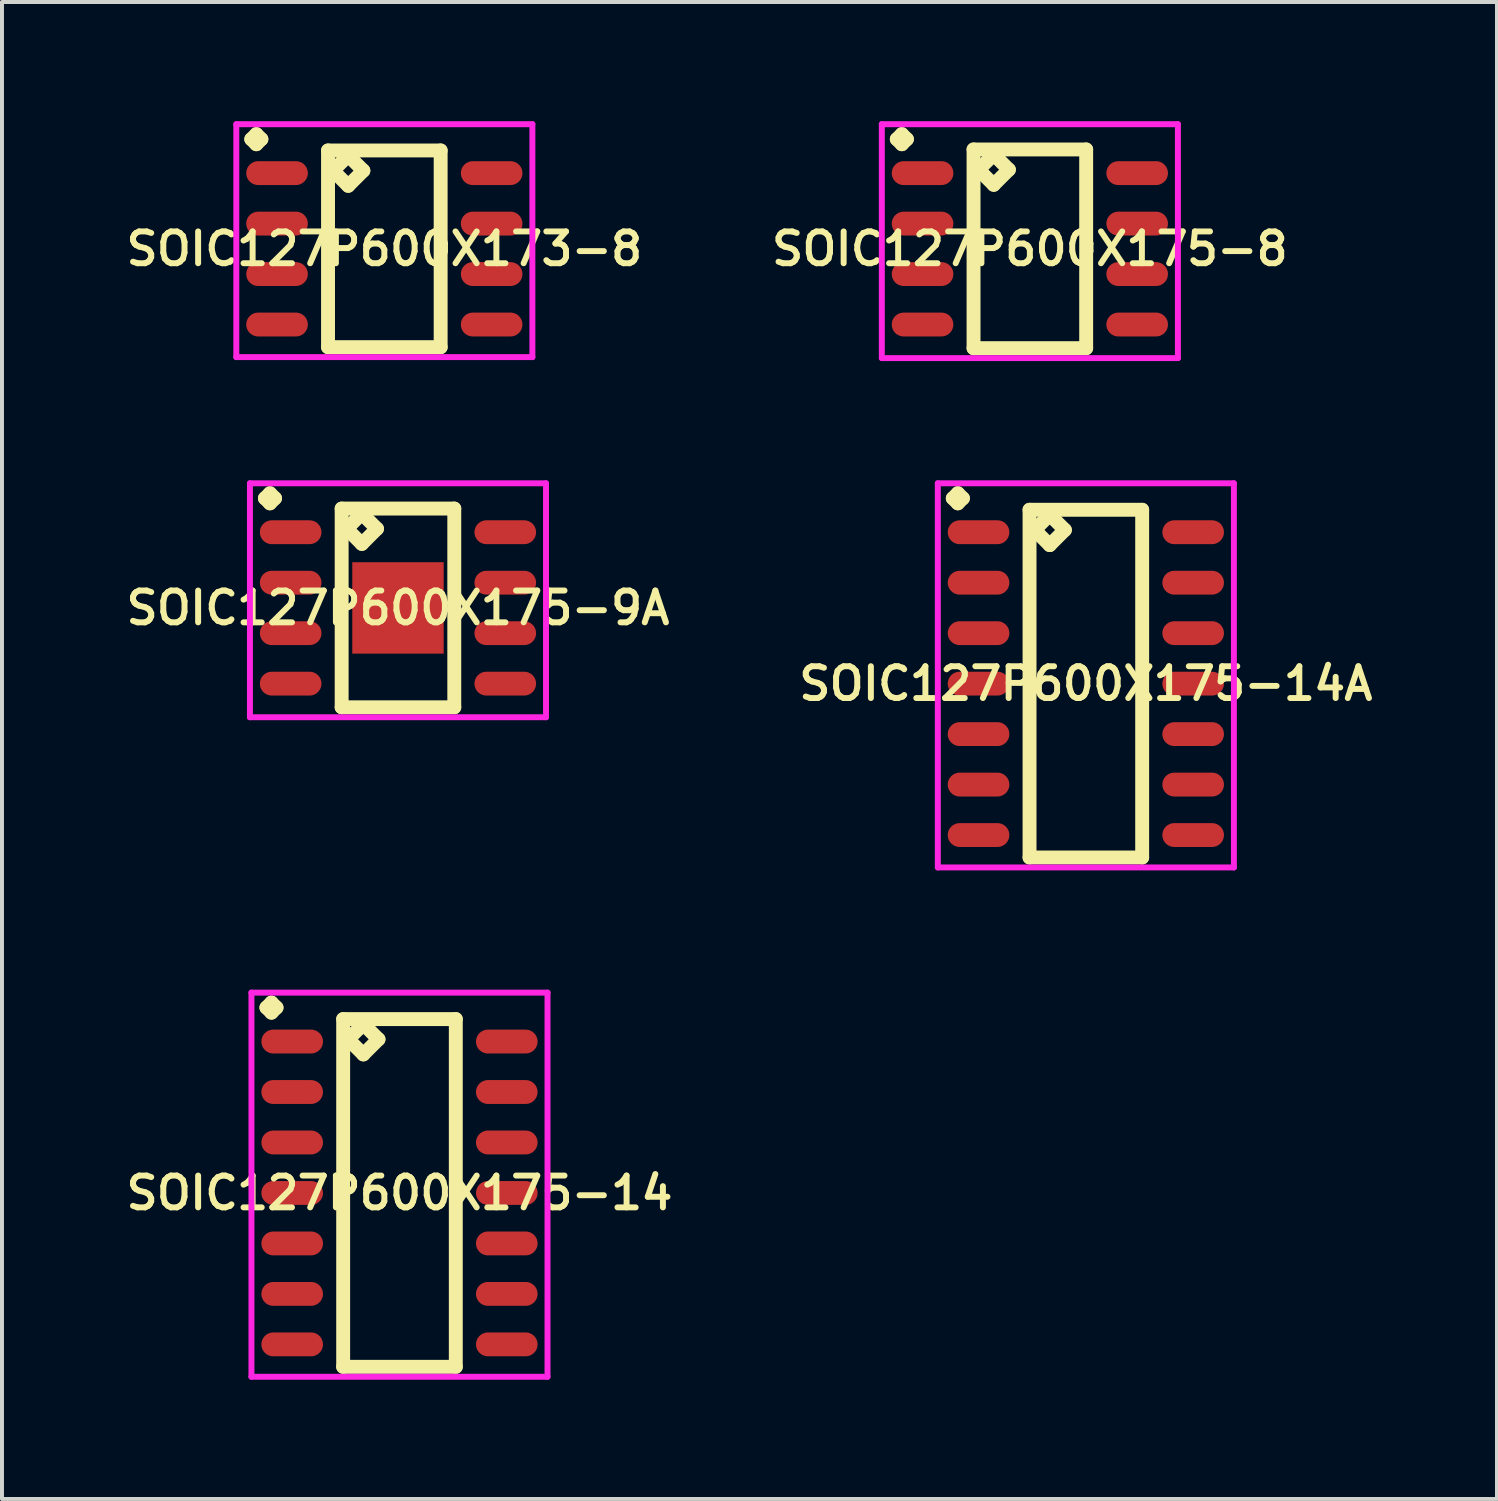
<source format=kicad_pcb>
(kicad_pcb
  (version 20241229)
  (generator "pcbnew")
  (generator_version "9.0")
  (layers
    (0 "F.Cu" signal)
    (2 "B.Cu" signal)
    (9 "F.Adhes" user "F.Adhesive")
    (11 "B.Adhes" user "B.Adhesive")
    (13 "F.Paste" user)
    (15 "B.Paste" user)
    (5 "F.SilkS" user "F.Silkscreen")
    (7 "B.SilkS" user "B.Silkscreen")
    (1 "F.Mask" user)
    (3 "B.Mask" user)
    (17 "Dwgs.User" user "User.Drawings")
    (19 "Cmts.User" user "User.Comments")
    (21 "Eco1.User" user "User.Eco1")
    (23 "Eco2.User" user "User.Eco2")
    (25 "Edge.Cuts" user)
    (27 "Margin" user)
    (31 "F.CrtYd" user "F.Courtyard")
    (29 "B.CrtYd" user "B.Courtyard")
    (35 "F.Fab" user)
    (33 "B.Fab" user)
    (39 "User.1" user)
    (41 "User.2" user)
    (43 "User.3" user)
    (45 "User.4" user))
  (footprint "SOIC127P600X175-14"
    (layer "F.Cu")
    (at 7.002 26.968)
    (property "Reference" "SOIC127P600X175-14" (at 0 0 0) (layer "F.SilkS") (effects (font (size 0.8 0.8) (thickness 0.15))))
    (attr smd)
    (fp_line (start -3.348 -4.664) (end -3.221 -4.791) (stroke (width 0.35) (type solid)) (layer "F.SilkS"))
    (fp_line (start -3.221 -4.791) (end -3.094 -4.664) (stroke (width 0.35) (type solid)) (layer "F.SilkS"))
    (fp_line (start -3.221 -4.537) (end -3.348 -4.664) (stroke (width 0.35) (type solid)) (layer "F.SilkS"))
    (fp_line (start -3.094 -4.664) (end -3.221 -4.537) (stroke (width 0.35) (type solid)) (layer "F.SilkS"))
    (fp_line (start -1.417 -4.375) (end -1.417 4.375) (stroke (width 0.35) (type solid)) (layer "F.SilkS"))
    (fp_line (start -1.417 4.375) (end 1.417 4.375) (stroke (width 0.35) (type solid)) (layer "F.SilkS"))
    (fp_line (start -1.29 -3.867) (end -0.909 -4.248) (stroke (width 0.35) (type solid)) (layer "F.SilkS"))
    (fp_line (start -0.909 -4.248) (end -0.528 -3.867) (stroke (width 0.35) (type solid)) (layer "F.SilkS"))
    (fp_line (start -0.909 -3.486) (end -1.29 -3.867) (stroke (width 0.35) (type solid)) (layer "F.SilkS"))
    (fp_line (start -0.528 -3.867) (end -0.909 -3.486) (stroke (width 0.35) (type solid)) (layer "F.SilkS"))
    (fp_line (start 1.417 -4.375) (end -1.417 -4.375) (stroke (width 0.35) (type solid)) (layer "F.SilkS"))
    (fp_line (start 1.417 4.375) (end 1.417 -4.375) (stroke (width 0.35) (type solid)) (layer "F.SilkS"))
    (fp_line (start -3.725 -5.041) (end 3.725 -5.041) (stroke (width 0.15) (type solid)) (layer "F.CrtYd"))
    (fp_line (start -3.725 4.625) (end -3.725 -5.041) (stroke (width 0.15) (type solid)) (layer "F.CrtYd"))
    (fp_line (start 3.725 -5.041) (end 3.725 4.625) (stroke (width 0.15) (type solid)) (layer "F.CrtYd"))
    (fp_line (start 3.725 4.625) (end -3.725 4.625) (stroke (width 0.15) (type solid)) (layer "F.CrtYd"))
    (pad "1" smd oval (at -2.7 -3.81) (size 1.55 0.6) (layers "F.Cu" "F.Mask" "F.Paste"))
    (pad "2" smd oval (at -2.7 -2.54) (size 1.55 0.6) (layers "F.Cu" "F.Mask" "F.Paste"))
    (pad "3" smd oval (at -2.7 -1.27) (size 1.55 0.6) (layers "F.Cu" "F.Mask" "F.Paste"))
    (pad "4" smd oval (at -2.7 0) (size 1.55 0.6) (layers "F.Cu" "F.Mask" "F.Paste"))
    (pad "5" smd oval (at -2.7 1.27) (size 1.55 0.6) (layers "F.Cu" "F.Mask" "F.Paste"))
    (pad "6" smd oval (at -2.7 2.54) (size 1.55 0.6) (layers "F.Cu" "F.Mask" "F.Paste"))
    (pad "7" smd oval (at -2.7 3.81) (size 1.55 0.6) (layers "F.Cu" "F.Mask" "F.Paste"))
    (pad "8" smd oval (at 2.7 3.81) (size 1.55 0.6) (layers "F.Cu" "F.Mask" "F.Paste"))
    (pad "9" smd oval (at 2.7 2.54) (size 1.55 0.6) (layers "F.Cu" "F.Mask" "F.Paste"))
    (pad "10" smd oval (at 2.7 1.27) (size 1.55 0.6) (layers "F.Cu" "F.Mask" "F.Paste"))
    (pad "11" smd oval (at 2.7 0) (size 1.55 0.6) (layers "F.Cu" "F.Mask" "F.Paste"))
    (pad "12" smd oval (at 2.7 -1.27) (size 1.55 0.6) (layers "F.Cu" "F.Mask" "F.Paste"))
    (pad "13" smd oval (at 2.7 -2.54) (size 1.55 0.6) (layers "F.Cu" "F.Mask" "F.Paste"))
    (pad "14" smd oval (at 2.7 -3.81) (size 1.55 0.6) (layers "F.Cu" "F.Mask" "F.Paste")))
  (footprint "SOIC127P600X175-8"
    (layer "F.Cu")
    (at 22.864 3.211)
    (property "Reference" "SOIC127P600X175-8" (at 0 0 0) (layer "F.SilkS") (effects (font (size 0.8 0.8) (thickness 0.15))))
    (attr smd)
    (fp_line (start -3.348 -2.759) (end -3.221 -2.886) (stroke (width 0.35) (type solid)) (layer "F.SilkS"))
    (fp_line (start -3.221 -2.886) (end -3.094 -2.759) (stroke (width 0.35) (type solid)) (layer "F.SilkS"))
    (fp_line (start -3.221 -2.632) (end -3.348 -2.759) (stroke (width 0.35) (type solid)) (layer "F.SilkS"))
    (fp_line (start -3.094 -2.759) (end -3.221 -2.632) (stroke (width 0.35) (type solid)) (layer "F.SilkS"))
    (fp_line (start -1.417 -2.5) (end -1.417 2.5) (stroke (width 0.35) (type solid)) (layer "F.SilkS"))
    (fp_line (start -1.417 2.5) (end 1.417 2.5) (stroke (width 0.35) (type solid)) (layer "F.SilkS"))
    (fp_line (start -1.29 -1.992) (end -0.909 -2.373) (stroke (width 0.35) (type solid)) (layer "F.SilkS"))
    (fp_line (start -0.909 -2.373) (end -0.528 -1.992) (stroke (width 0.35) (type solid)) (layer "F.SilkS"))
    (fp_line (start -0.909 -1.611) (end -1.29 -1.992) (stroke (width 0.35) (type solid)) (layer "F.SilkS"))
    (fp_line (start -0.528 -1.992) (end -0.909 -1.611) (stroke (width 0.35) (type solid)) (layer "F.SilkS"))
    (fp_line (start 1.417 -2.5) (end -1.417 -2.5) (stroke (width 0.35) (type solid)) (layer "F.SilkS"))
    (fp_line (start 1.417 2.5) (end 1.417 -2.5) (stroke (width 0.35) (type solid)) (layer "F.SilkS"))
    (fp_line (start -3.725 -3.136) (end 3.725 -3.136) (stroke (width 0.15) (type solid)) (layer "F.CrtYd"))
    (fp_line (start -3.725 2.75) (end -3.725 -3.136) (stroke (width 0.15) (type solid)) (layer "F.CrtYd"))
    (fp_line (start 3.725 -3.136) (end 3.725 2.75) (stroke (width 0.15) (type solid)) (layer "F.CrtYd"))
    (fp_line (start 3.725 2.75) (end -3.725 2.75) (stroke (width 0.15) (type solid)) (layer "F.CrtYd"))
    (pad "1" smd oval (at -2.7 -1.905) (size 1.55 0.6) (layers "F.Cu" "F.Mask" "F.Paste"))
    (pad "2" smd oval (at -2.7 -0.635) (size 1.55 0.6) (layers "F.Cu" "F.Mask" "F.Paste"))
    (pad "3" smd oval (at -2.7 0.635) (size 1.55 0.6) (layers "F.Cu" "F.Mask" "F.Paste"))
    (pad "4" smd oval (at -2.7 1.905) (size 1.55 0.6) (layers "F.Cu" "F.Mask" "F.Paste"))
    (pad "5" smd oval (at 2.7 1.905) (size 1.55 0.6) (layers "F.Cu" "F.Mask" "F.Paste"))
    (pad "6" smd oval (at 2.7 0.635) (size 1.55 0.6) (layers "F.Cu" "F.Mask" "F.Paste"))
    (pad "7" smd oval (at 2.7 -0.635) (size 1.55 0.6) (layers "F.Cu" "F.Mask" "F.Paste"))
    (pad "8" smd oval (at 2.7 -1.905) (size 1.55 0.6) (layers "F.Cu" "F.Mask" "F.Paste")))
  (footprint "SOIC127P600X175-9A"
    (layer "F.Cu")
    (at 6.964 12.247)
    (property "Reference" "SOIC127P600X175-9A" (at 0 0 0) (layer "F.SilkS") (effects (font (size 0.8 0.8) (thickness 0.15))))
    (attr smd)
    (fp_line (start -3.348 -2.759) (end -3.221 -2.886) (stroke (width 0.35) (type solid)) (layer "F.SilkS"))
    (fp_line (start -3.221 -2.886) (end -3.094 -2.759) (stroke (width 0.35) (type solid)) (layer "F.SilkS"))
    (fp_line (start -3.221 -2.632) (end -3.348 -2.759) (stroke (width 0.35) (type solid)) (layer "F.SilkS"))
    (fp_line (start -3.094 -2.759) (end -3.221 -2.632) (stroke (width 0.35) (type solid)) (layer "F.SilkS"))
    (fp_line (start -1.417 -2.5) (end -1.417 2.5) (stroke (width 0.35) (type solid)) (layer "F.SilkS"))
    (fp_line (start -1.417 2.5) (end 1.417 2.5) (stroke (width 0.35) (type solid)) (layer "F.SilkS"))
    (fp_line (start -1.29 -1.992) (end -0.909 -2.373) (stroke (width 0.35) (type solid)) (layer "F.SilkS"))
    (fp_line (start -0.909 -2.373) (end -0.528 -1.992) (stroke (width 0.35) (type solid)) (layer "F.SilkS"))
    (fp_line (start -0.909 -1.611) (end -1.29 -1.992) (stroke (width 0.35) (type solid)) (layer "F.SilkS"))
    (fp_line (start -0.528 -1.992) (end -0.909 -1.611) (stroke (width 0.35) (type solid)) (layer "F.SilkS"))
    (fp_line (start 1.417 -2.5) (end -1.417 -2.5) (stroke (width 0.35) (type solid)) (layer "F.SilkS"))
    (fp_line (start 1.417 2.5) (end 1.417 -2.5) (stroke (width 0.35) (type solid)) (layer "F.SilkS"))
    (fp_line (start -3.725 -3.136) (end 3.725 -3.136) (stroke (width 0.15) (type solid)) (layer "F.CrtYd"))
    (fp_line (start -3.725 2.75) (end -3.725 -3.136) (stroke (width 0.15) (type solid)) (layer "F.CrtYd"))
    (fp_line (start 3.725 -3.136) (end 3.725 2.75) (stroke (width 0.15) (type solid)) (layer "F.CrtYd"))
    (fp_line (start 3.725 2.75) (end -3.725 2.75) (stroke (width 0.15) (type solid)) (layer "F.CrtYd"))
    (pad "1" smd oval (at -2.7 -1.905) (size 1.55 0.6) (layers "F.Cu" "F.Mask" "F.Paste"))
    (pad "2" smd oval (at -2.7 -0.635) (size 1.55 0.6) (layers "F.Cu" "F.Mask" "F.Paste"))
    (pad "3" smd oval (at -2.7 0.635) (size 1.55 0.6) (layers "F.Cu" "F.Mask" "F.Paste"))
    (pad "4" smd oval (at -2.7 1.905) (size 1.55 0.6) (layers "F.Cu" "F.Mask" "F.Paste"))
    (pad "5" smd oval (at 2.7 1.905) (size 1.55 0.6) (layers "F.Cu" "F.Mask" "F.Paste"))
    (pad "6" smd oval (at 2.7 0.635) (size 1.55 0.6) (layers "F.Cu" "F.Mask" "F.Paste"))
    (pad "7" smd oval (at 2.7 -0.635) (size 1.55 0.6) (layers "F.Cu" "F.Mask" "F.Paste"))
    (pad "8" smd oval (at 2.7 -1.905) (size 1.55 0.6) (layers "F.Cu" "F.Mask" "F.Paste"))
    (pad "9" smd rect (at 0 0) (size 2.3 2.3) (layers "F.Cu" "F.Mask" "F.Paste")))
  (footprint "SOIC127P600X173-8"
    (layer "F.Cu")
    (at 6.621 3.211)
    (property "Reference" "SOIC127P600X173-8" (at 0 0 0) (layer "F.SilkS") (effects (font (size 0.8 0.8) (thickness 0.15))))
    (attr smd)
    (fp_line (start -3.348 -2.759) (end -3.221 -2.886) (stroke (width 0.35) (type solid)) (layer "F.SilkS"))
    (fp_line (start -3.221 -2.886) (end -3.094 -2.759) (stroke (width 0.35) (type solid)) (layer "F.SilkS"))
    (fp_line (start -3.221 -2.632) (end -3.348 -2.759) (stroke (width 0.35) (type solid)) (layer "F.SilkS"))
    (fp_line (start -3.094 -2.759) (end -3.221 -2.632) (stroke (width 0.35) (type solid)) (layer "F.SilkS"))
    (fp_line (start -1.417 -2.475) (end -1.417 2.475) (stroke (width 0.35) (type solid)) (layer "F.SilkS"))
    (fp_line (start -1.417 2.475) (end 1.417 2.475) (stroke (width 0.35) (type solid)) (layer "F.SilkS"))
    (fp_line (start -1.29 -1.967) (end -0.909 -2.348) (stroke (width 0.35) (type solid)) (layer "F.SilkS"))
    (fp_line (start -0.909 -2.348) (end -0.528 -1.967) (stroke (width 0.35) (type solid)) (layer "F.SilkS"))
    (fp_line (start -0.909 -1.586) (end -1.29 -1.967) (stroke (width 0.35) (type solid)) (layer "F.SilkS"))
    (fp_line (start -0.528 -1.967) (end -0.909 -1.586) (stroke (width 0.35) (type solid)) (layer "F.SilkS"))
    (fp_line (start 1.417 -2.475) (end -1.417 -2.475) (stroke (width 0.35) (type solid)) (layer "F.SilkS"))
    (fp_line (start 1.417 2.475) (end 1.417 -2.475) (stroke (width 0.35) (type solid)) (layer "F.SilkS"))
    (fp_line (start -3.725 -3.136) (end 3.725 -3.136) (stroke (width 0.15) (type solid)) (layer "F.CrtYd"))
    (fp_line (start -3.725 2.725) (end -3.725 -3.136) (stroke (width 0.15) (type solid)) (layer "F.CrtYd"))
    (fp_line (start 3.725 -3.136) (end 3.725 2.725) (stroke (width 0.15) (type solid)) (layer "F.CrtYd"))
    (fp_line (start 3.725 2.725) (end -3.725 2.725) (stroke (width 0.15) (type solid)) (layer "F.CrtYd"))
    (pad "1" smd oval (at -2.7 -1.905) (size 1.55 0.6) (layers "F.Cu" "F.Mask" "F.Paste"))
    (pad "2" smd oval (at -2.7 -0.635) (size 1.55 0.6) (layers "F.Cu" "F.Mask" "F.Paste"))
    (pad "3" smd oval (at -2.7 0.635) (size 1.55 0.6) (layers "F.Cu" "F.Mask" "F.Paste"))
    (pad "4" smd oval (at -2.7 1.905) (size 1.55 0.6) (layers "F.Cu" "F.Mask" "F.Paste"))
    (pad "5" smd oval (at 2.7 1.905) (size 1.55 0.6) (layers "F.Cu" "F.Mask" "F.Paste"))
    (pad "6" smd oval (at 2.7 0.635) (size 1.55 0.6) (layers "F.Cu" "F.Mask" "F.Paste"))
    (pad "7" smd oval (at 2.7 -0.635) (size 1.55 0.6) (layers "F.Cu" "F.Mask" "F.Paste"))
    (pad "8" smd oval (at 2.7 -1.905) (size 1.55 0.6) (layers "F.Cu" "F.Mask" "F.Paste")))
  (footprint "SOIC127P600X175-14A"
    (layer "F.Cu")
    (at 24.273 14.152)
    (property "Reference" "SOIC127P600X175-14A" (at 0 0 0) (layer "F.SilkS") (effects (font (size 0.8 0.8) (thickness 0.15))))
    (attr smd)
    (fp_line (start -3.348 -4.664) (end -3.221 -4.791) (stroke (width 0.35) (type solid)) (layer "F.SilkS"))
    (fp_line (start -3.221 -4.791) (end -3.094 -4.664) (stroke (width 0.35) (type solid)) (layer "F.SilkS"))
    (fp_line (start -3.221 -4.537) (end -3.348 -4.664) (stroke (width 0.35) (type solid)) (layer "F.SilkS"))
    (fp_line (start -3.094 -4.664) (end -3.221 -4.537) (stroke (width 0.35) (type solid)) (layer "F.SilkS"))
    (fp_line (start -1.417 -4.375) (end -1.417 4.375) (stroke (width 0.35) (type solid)) (layer "F.SilkS"))
    (fp_line (start -1.417 4.375) (end 1.417 4.375) (stroke (width 0.35) (type solid)) (layer "F.SilkS"))
    (fp_line (start -1.29 -3.867) (end -0.909 -4.248) (stroke (width 0.35) (type solid)) (layer "F.SilkS"))
    (fp_line (start -0.909 -4.248) (end -0.528 -3.867) (stroke (width 0.35) (type solid)) (layer "F.SilkS"))
    (fp_line (start -0.909 -3.486) (end -1.29 -3.867) (stroke (width 0.35) (type solid)) (layer "F.SilkS"))
    (fp_line (start -0.528 -3.867) (end -0.909 -3.486) (stroke (width 0.35) (type solid)) (layer "F.SilkS"))
    (fp_line (start 1.417 -4.375) (end -1.417 -4.375) (stroke (width 0.35) (type solid)) (layer "F.SilkS"))
    (fp_line (start 1.417 4.375) (end 1.417 -4.375) (stroke (width 0.35) (type solid)) (layer "F.SilkS"))
    (fp_line (start -3.725 -5.041) (end 3.725 -5.041) (stroke (width 0.15) (type solid)) (layer "F.CrtYd"))
    (fp_line (start -3.725 4.625) (end -3.725 -5.041) (stroke (width 0.15) (type solid)) (layer "F.CrtYd"))
    (fp_line (start 3.725 -5.041) (end 3.725 4.625) (stroke (width 0.15) (type solid)) (layer "F.CrtYd"))
    (fp_line (start 3.725 4.625) (end -3.725 4.625) (stroke (width 0.15) (type solid)) (layer "F.CrtYd"))
    (pad "1" smd oval (at -2.7 -3.81) (size 1.55 0.6) (layers "F.Cu" "F.Mask" "F.Paste"))
    (pad "2" smd oval (at -2.7 -2.54) (size 1.55 0.6) (layers "F.Cu" "F.Mask" "F.Paste"))
    (pad "3" smd oval (at -2.7 -1.27) (size 1.55 0.6) (layers "F.Cu" "F.Mask" "F.Paste"))
    (pad "4" smd oval (at -2.7 0) (size 1.55 0.6) (layers "F.Cu" "F.Mask" "F.Paste"))
    (pad "5" smd oval (at -2.7 1.27) (size 1.55 0.6) (layers "F.Cu" "F.Mask" "F.Paste"))
    (pad "6" smd oval (at -2.7 2.54) (size 1.55 0.6) (layers "F.Cu" "F.Mask" "F.Paste"))
    (pad "7" smd oval (at -2.7 3.81) (size 1.55 0.6) (layers "F.Cu" "F.Mask" "F.Paste"))
    (pad "8" smd oval (at 2.7 3.81) (size 1.55 0.6) (layers "F.Cu" "F.Mask" "F.Paste"))
    (pad "9" smd oval (at 2.7 2.54) (size 1.55 0.6) (layers "F.Cu" "F.Mask" "F.Paste"))
    (pad "10" smd oval (at 2.7 1.27) (size 1.55 0.6) (layers "F.Cu" "F.Mask" "F.Paste"))
    (pad "11" smd oval (at 2.7 0) (size 1.55 0.6) (layers "F.Cu" "F.Mask" "F.Paste"))
    (pad "12" smd oval (at 2.7 -1.27) (size 1.55 0.6) (layers "F.Cu" "F.Mask" "F.Paste"))
    (pad "13" smd oval (at 2.7 -2.54) (size 1.55 0.6) (layers "F.Cu" "F.Mask" "F.Paste"))
    (pad "14" smd oval (at 2.7 -3.81) (size 1.55 0.6) (layers "F.Cu" "F.Mask" "F.Paste")))
  (gr_rect
    (start -3 -3)
    (end 34.618 34.668)
    (stroke (width 0.1) (type default))
    (fill no)
    (layer "Edge.Cuts")))
</source>
